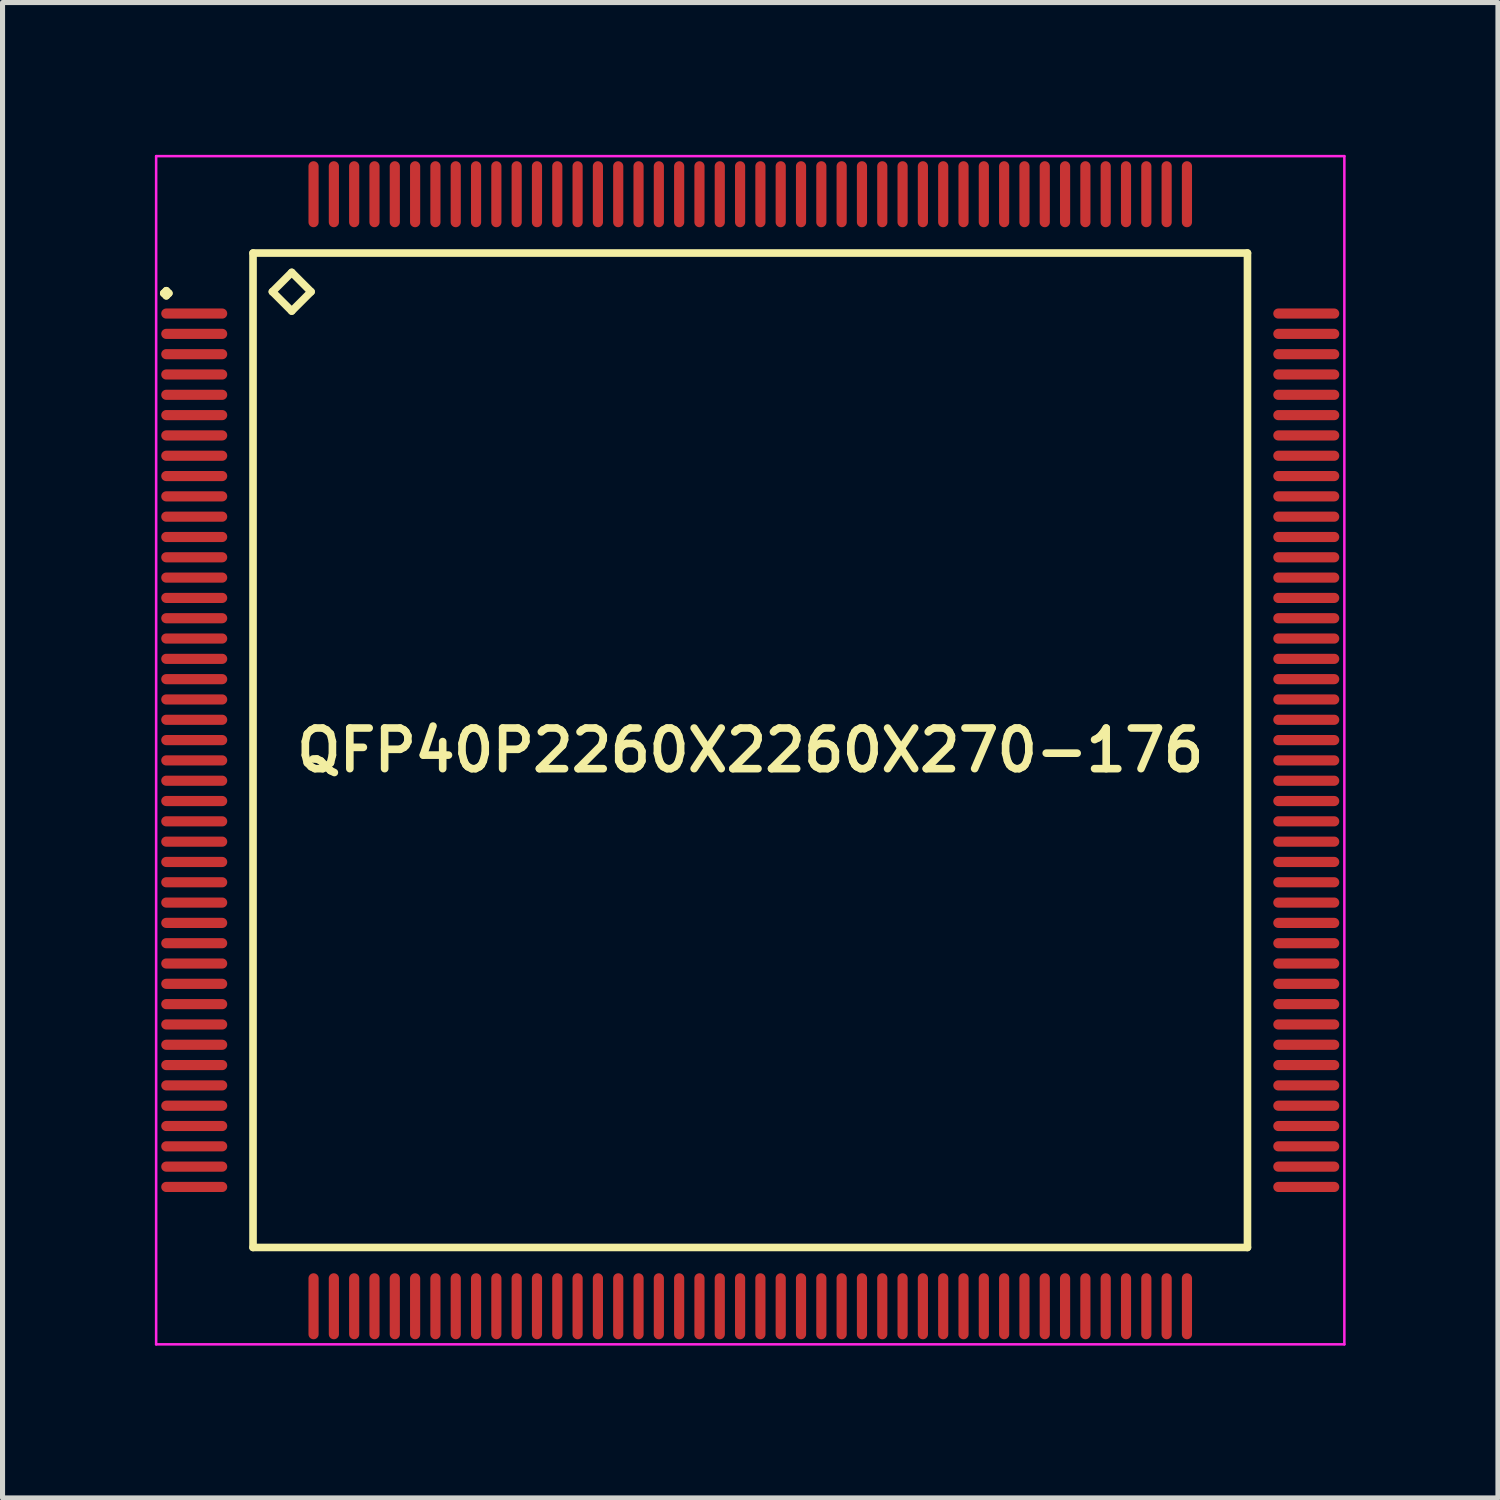
<source format=kicad_pcb>
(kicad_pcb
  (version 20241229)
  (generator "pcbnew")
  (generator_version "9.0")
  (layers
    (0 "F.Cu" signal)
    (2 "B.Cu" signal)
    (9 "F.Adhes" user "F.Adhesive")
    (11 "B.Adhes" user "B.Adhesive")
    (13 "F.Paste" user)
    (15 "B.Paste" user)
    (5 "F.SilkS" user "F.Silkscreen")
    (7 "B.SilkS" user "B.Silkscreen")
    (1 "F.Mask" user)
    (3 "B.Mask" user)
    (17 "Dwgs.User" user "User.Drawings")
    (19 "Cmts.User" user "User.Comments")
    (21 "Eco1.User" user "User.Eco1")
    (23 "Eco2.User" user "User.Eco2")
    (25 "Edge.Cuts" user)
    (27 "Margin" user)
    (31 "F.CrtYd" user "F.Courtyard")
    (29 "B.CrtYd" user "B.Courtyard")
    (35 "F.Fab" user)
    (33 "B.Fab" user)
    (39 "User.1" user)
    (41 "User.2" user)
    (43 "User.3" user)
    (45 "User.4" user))
  (footprint "QFP40P2260X2260X270-176"
    (layer "F.Cu")
    (at 11.725 11.725)
    (property "Reference" "QFP40P2260X2260X270-176" (at 0 0 0) (layer "F.SilkS") (effects (font (size 0.8 0.8) (thickness 0.15))))
    (attr smd)
    (fp_line (start -11.55 -9) (end -11.5 -9.05) (stroke (width 0.15) (type solid)) (layer "F.SilkS"))
    (fp_line (start -11.5 -9.05) (end -11.45 -9) (stroke (width 0.15) (type solid)) (layer "F.SilkS"))
    (fp_line (start -11.5 -8.95) (end -11.55 -9) (stroke (width 0.15) (type solid)) (layer "F.SilkS"))
    (fp_line (start -11.45 -9) (end -11.5 -8.95) (stroke (width 0.15) (type solid)) (layer "F.SilkS"))
    (fp_line (start -9.792 -9.792) (end -9.792 9.792) (stroke (width 0.15) (type solid)) (layer "F.SilkS"))
    (fp_line (start -9.792 9.792) (end 9.792 9.792) (stroke (width 0.15) (type solid)) (layer "F.SilkS"))
    (fp_line (start -9.411 -9.03) (end -9.03 -9.411) (stroke (width 0.15) (type solid)) (layer "F.SilkS"))
    (fp_line (start -9.03 -9.411) (end -8.649 -9.03) (stroke (width 0.15) (type solid)) (layer "F.SilkS"))
    (fp_line (start -9.03 -8.649) (end -9.411 -9.03) (stroke (width 0.15) (type solid)) (layer "F.SilkS"))
    (fp_line (start -8.649 -9.03) (end -9.03 -8.649) (stroke (width 0.15) (type solid)) (layer "F.SilkS"))
    (fp_line (start 9.792 -9.792) (end -9.792 -9.792) (stroke (width 0.15) (type solid)) (layer "F.SilkS"))
    (fp_line (start 9.792 9.792) (end 9.792 -9.792) (stroke (width 0.15) (type solid)) (layer "F.SilkS"))
    (fp_line (start -11.7 -11.7) (end 11.7 -11.7) (stroke (width 0.05) (type solid)) (layer "F.CrtYd"))
    (fp_line (start -11.7 11.7) (end -11.7 -11.7) (stroke (width 0.05) (type solid)) (layer "F.CrtYd"))
    (fp_line (start 11.7 -11.7) (end 11.7 11.7) (stroke (width 0.05) (type solid)) (layer "F.CrtYd"))
    (fp_line (start 11.7 11.7) (end -11.7 11.7) (stroke (width 0.05) (type solid)) (layer "F.CrtYd"))
    (pad "1" smd oval (at -10.95 -8.6) (size 1.3 0.2) (layers "F.Cu" "F.Mask" "F.Paste"))
    (pad "2" smd oval (at -10.95 -8.2) (size 1.3 0.2) (layers "F.Cu" "F.Mask" "F.Paste"))
    (pad "3" smd oval (at -10.95 -7.8) (size 1.3 0.2) (layers "F.Cu" "F.Mask" "F.Paste"))
    (pad "4" smd oval (at -10.95 -7.4) (size 1.3 0.2) (layers "F.Cu" "F.Mask" "F.Paste"))
    (pad "5" smd oval (at -10.95 -7) (size 1.3 0.2) (layers "F.Cu" "F.Mask" "F.Paste"))
    (pad "6" smd oval (at -10.95 -6.6) (size 1.3 0.2) (layers "F.Cu" "F.Mask" "F.Paste"))
    (pad "7" smd oval (at -10.95 -6.2) (size 1.3 0.2) (layers "F.Cu" "F.Mask" "F.Paste"))
    (pad "8" smd oval (at -10.95 -5.8) (size 1.3 0.2) (layers "F.Cu" "F.Mask" "F.Paste"))
    (pad "9" smd oval (at -10.95 -5.4) (size 1.3 0.2) (layers "F.Cu" "F.Mask" "F.Paste"))
    (pad "10" smd oval (at -10.95 -5) (size 1.3 0.2) (layers "F.Cu" "F.Mask" "F.Paste"))
    (pad "11" smd oval (at -10.95 -4.6) (size 1.3 0.2) (layers "F.Cu" "F.Mask" "F.Paste"))
    (pad "12" smd oval (at -10.95 -4.2) (size 1.3 0.2) (layers "F.Cu" "F.Mask" "F.Paste"))
    (pad "13" smd oval (at -10.95 -3.8) (size 1.3 0.2) (layers "F.Cu" "F.Mask" "F.Paste"))
    (pad "14" smd oval (at -10.95 -3.4) (size 1.3 0.2) (layers "F.Cu" "F.Mask" "F.Paste"))
    (pad "15" smd oval (at -10.95 -3) (size 1.3 0.2) (layers "F.Cu" "F.Mask" "F.Paste"))
    (pad "16" smd oval (at -10.95 -2.6) (size 1.3 0.2) (layers "F.Cu" "F.Mask" "F.Paste"))
    (pad "17" smd oval (at -10.95 -2.2) (size 1.3 0.2) (layers "F.Cu" "F.Mask" "F.Paste"))
    (pad "18" smd oval (at -10.95 -1.8) (size 1.3 0.2) (layers "F.Cu" "F.Mask" "F.Paste"))
    (pad "19" smd oval (at -10.95 -1.4) (size 1.3 0.2) (layers "F.Cu" "F.Mask" "F.Paste"))
    (pad "20" smd oval (at -10.95 -1) (size 1.3 0.2) (layers "F.Cu" "F.Mask" "F.Paste"))
    (pad "21" smd oval (at -10.95 -0.6) (size 1.3 0.2) (layers "F.Cu" "F.Mask" "F.Paste"))
    (pad "22" smd oval (at -10.95 -0.2) (size 1.3 0.2) (layers "F.Cu" "F.Mask" "F.Paste"))
    (pad "23" smd oval (at -10.95 0.2) (size 1.3 0.2) (layers "F.Cu" "F.Mask" "F.Paste"))
    (pad "24" smd oval (at -10.95 0.6) (size 1.3 0.2) (layers "F.Cu" "F.Mask" "F.Paste"))
    (pad "25" smd oval (at -10.95 1) (size 1.3 0.2) (layers "F.Cu" "F.Mask" "F.Paste"))
    (pad "26" smd oval (at -10.95 1.4) (size 1.3 0.2) (layers "F.Cu" "F.Mask" "F.Paste"))
    (pad "27" smd oval (at -10.95 1.8) (size 1.3 0.2) (layers "F.Cu" "F.Mask" "F.Paste"))
    (pad "28" smd oval (at -10.95 2.2) (size 1.3 0.2) (layers "F.Cu" "F.Mask" "F.Paste"))
    (pad "29" smd oval (at -10.95 2.6) (size 1.3 0.2) (layers "F.Cu" "F.Mask" "F.Paste"))
    (pad "30" smd oval (at -10.95 3) (size 1.3 0.2) (layers "F.Cu" "F.Mask" "F.Paste"))
    (pad "31" smd oval (at -10.95 3.4) (size 1.3 0.2) (layers "F.Cu" "F.Mask" "F.Paste"))
    (pad "32" smd oval (at -10.95 3.8) (size 1.3 0.2) (layers "F.Cu" "F.Mask" "F.Paste"))
    (pad "33" smd oval (at -10.95 4.2) (size 1.3 0.2) (layers "F.Cu" "F.Mask" "F.Paste"))
    (pad "34" smd oval (at -10.95 4.6) (size 1.3 0.2) (layers "F.Cu" "F.Mask" "F.Paste"))
    (pad "35" smd oval (at -10.95 5) (size 1.3 0.2) (layers "F.Cu" "F.Mask" "F.Paste"))
    (pad "36" smd oval (at -10.95 5.4) (size 1.3 0.2) (layers "F.Cu" "F.Mask" "F.Paste"))
    (pad "37" smd oval (at -10.95 5.8) (size 1.3 0.2) (layers "F.Cu" "F.Mask" "F.Paste"))
    (pad "38" smd oval (at -10.95 6.2) (size 1.3 0.2) (layers "F.Cu" "F.Mask" "F.Paste"))
    (pad "39" smd oval (at -10.95 6.6) (size 1.3 0.2) (layers "F.Cu" "F.Mask" "F.Paste"))
    (pad "40" smd oval (at -10.95 7) (size 1.3 0.2) (layers "F.Cu" "F.Mask" "F.Paste"))
    (pad "41" smd oval (at -10.95 7.4) (size 1.3 0.2) (layers "F.Cu" "F.Mask" "F.Paste"))
    (pad "42" smd oval (at -10.95 7.8) (size 1.3 0.2) (layers "F.Cu" "F.Mask" "F.Paste"))
    (pad "43" smd oval (at -10.95 8.2) (size 1.3 0.2) (layers "F.Cu" "F.Mask" "F.Paste"))
    (pad "44" smd oval (at -10.95 8.6) (size 1.3 0.2) (layers "F.Cu" "F.Mask" "F.Paste"))
    (pad "45" smd oval (at -8.6 10.95) (size 0.2 1.3) (layers "F.Cu" "F.Mask" "F.Paste"))
    (pad "46" smd oval (at -8.2 10.95) (size 0.2 1.3) (layers "F.Cu" "F.Mask" "F.Paste"))
    (pad "47" smd oval (at -7.8 10.95) (size 0.2 1.3) (layers "F.Cu" "F.Mask" "F.Paste"))
    (pad "48" smd oval (at -7.4 10.95) (size 0.2 1.3) (layers "F.Cu" "F.Mask" "F.Paste"))
    (pad "49" smd oval (at -7 10.95) (size 0.2 1.3) (layers "F.Cu" "F.Mask" "F.Paste"))
    (pad "50" smd oval (at -6.6 10.95) (size 0.2 1.3) (layers "F.Cu" "F.Mask" "F.Paste"))
    (pad "51" smd oval (at -6.2 10.95) (size 0.2 1.3) (layers "F.Cu" "F.Mask" "F.Paste"))
    (pad "52" smd oval (at -5.8 10.95) (size 0.2 1.3) (layers "F.Cu" "F.Mask" "F.Paste"))
    (pad "53" smd oval (at -5.4 10.95) (size 0.2 1.3) (layers "F.Cu" "F.Mask" "F.Paste"))
    (pad "54" smd oval (at -5 10.95) (size 0.2 1.3) (layers "F.Cu" "F.Mask" "F.Paste"))
    (pad "55" smd oval (at -4.6 10.95) (size 0.2 1.3) (layers "F.Cu" "F.Mask" "F.Paste"))
    (pad "56" smd oval (at -4.2 10.95) (size 0.2 1.3) (layers "F.Cu" "F.Mask" "F.Paste"))
    (pad "57" smd oval (at -3.8 10.95) (size 0.2 1.3) (layers "F.Cu" "F.Mask" "F.Paste"))
    (pad "58" smd oval (at -3.4 10.95) (size 0.2 1.3) (layers "F.Cu" "F.Mask" "F.Paste"))
    (pad "59" smd oval (at -3 10.95) (size 0.2 1.3) (layers "F.Cu" "F.Mask" "F.Paste"))
    (pad "60" smd oval (at -2.6 10.95) (size 0.2 1.3) (layers "F.Cu" "F.Mask" "F.Paste"))
    (pad "61" smd oval (at -2.2 10.95) (size 0.2 1.3) (layers "F.Cu" "F.Mask" "F.Paste"))
    (pad "62" smd oval (at -1.8 10.95) (size 0.2 1.3) (layers "F.Cu" "F.Mask" "F.Paste"))
    (pad "63" smd oval (at -1.4 10.95) (size 0.2 1.3) (layers "F.Cu" "F.Mask" "F.Paste"))
    (pad "64" smd oval (at -1 10.95) (size 0.2 1.3) (layers "F.Cu" "F.Mask" "F.Paste"))
    (pad "65" smd oval (at -0.6 10.95) (size 0.2 1.3) (layers "F.Cu" "F.Mask" "F.Paste"))
    (pad "66" smd oval (at -0.2 10.95) (size 0.2 1.3) (layers "F.Cu" "F.Mask" "F.Paste"))
    (pad "67" smd oval (at 0.2 10.95) (size 0.2 1.3) (layers "F.Cu" "F.Mask" "F.Paste"))
    (pad "68" smd oval (at 0.6 10.95) (size 0.2 1.3) (layers "F.Cu" "F.Mask" "F.Paste"))
    (pad "69" smd oval (at 1 10.95) (size 0.2 1.3) (layers "F.Cu" "F.Mask" "F.Paste"))
    (pad "70" smd oval (at 1.4 10.95) (size 0.2 1.3) (layers "F.Cu" "F.Mask" "F.Paste"))
    (pad "71" smd oval (at 1.8 10.95) (size 0.2 1.3) (layers "F.Cu" "F.Mask" "F.Paste"))
    (pad "72" smd oval (at 2.2 10.95) (size 0.2 1.3) (layers "F.Cu" "F.Mask" "F.Paste"))
    (pad "73" smd oval (at 2.6 10.95) (size 0.2 1.3) (layers "F.Cu" "F.Mask" "F.Paste"))
    (pad "74" smd oval (at 3 10.95) (size 0.2 1.3) (layers "F.Cu" "F.Mask" "F.Paste"))
    (pad "75" smd oval (at 3.4 10.95) (size 0.2 1.3) (layers "F.Cu" "F.Mask" "F.Paste"))
    (pad "76" smd oval (at 3.8 10.95) (size 0.2 1.3) (layers "F.Cu" "F.Mask" "F.Paste"))
    (pad "77" smd oval (at 4.2 10.95) (size 0.2 1.3) (layers "F.Cu" "F.Mask" "F.Paste"))
    (pad "78" smd oval (at 4.6 10.95) (size 0.2 1.3) (layers "F.Cu" "F.Mask" "F.Paste"))
    (pad "79" smd oval (at 5 10.95) (size 0.2 1.3) (layers "F.Cu" "F.Mask" "F.Paste"))
    (pad "80" smd oval (at 5.4 10.95) (size 0.2 1.3) (layers "F.Cu" "F.Mask" "F.Paste"))
    (pad "81" smd oval (at 5.8 10.95) (size 0.2 1.3) (layers "F.Cu" "F.Mask" "F.Paste"))
    (pad "82" smd oval (at 6.2 10.95) (size 0.2 1.3) (layers "F.Cu" "F.Mask" "F.Paste"))
    (pad "83" smd oval (at 6.6 10.95) (size 0.2 1.3) (layers "F.Cu" "F.Mask" "F.Paste"))
    (pad "84" smd oval (at 7 10.95) (size 0.2 1.3) (layers "F.Cu" "F.Mask" "F.Paste"))
    (pad "85" smd oval (at 7.4 10.95) (size 0.2 1.3) (layers "F.Cu" "F.Mask" "F.Paste"))
    (pad "86" smd oval (at 7.8 10.95) (size 0.2 1.3) (layers "F.Cu" "F.Mask" "F.Paste"))
    (pad "87" smd oval (at 8.2 10.95) (size 0.2 1.3) (layers "F.Cu" "F.Mask" "F.Paste"))
    (pad "88" smd oval (at 8.6 10.95) (size 0.2 1.3) (layers "F.Cu" "F.Mask" "F.Paste"))
    (pad "89" smd oval (at 10.95 8.6) (size 1.3 0.2) (layers "F.Cu" "F.Mask" "F.Paste"))
    (pad "90" smd oval (at 10.95 8.2) (size 1.3 0.2) (layers "F.Cu" "F.Mask" "F.Paste"))
    (pad "91" smd oval (at 10.95 7.8) (size 1.3 0.2) (layers "F.Cu" "F.Mask" "F.Paste"))
    (pad "92" smd oval (at 10.95 7.4) (size 1.3 0.2) (layers "F.Cu" "F.Mask" "F.Paste"))
    (pad "93" smd oval (at 10.95 7) (size 1.3 0.2) (layers "F.Cu" "F.Mask" "F.Paste"))
    (pad "94" smd oval (at 10.95 6.6) (size 1.3 0.2) (layers "F.Cu" "F.Mask" "F.Paste"))
    (pad "95" smd oval (at 10.95 6.2) (size 1.3 0.2) (layers "F.Cu" "F.Mask" "F.Paste"))
    (pad "96" smd oval (at 10.95 5.8) (size 1.3 0.2) (layers "F.Cu" "F.Mask" "F.Paste"))
    (pad "97" smd oval (at 10.95 5.4) (size 1.3 0.2) (layers "F.Cu" "F.Mask" "F.Paste"))
    (pad "98" smd oval (at 10.95 5) (size 1.3 0.2) (layers "F.Cu" "F.Mask" "F.Paste"))
    (pad "99" smd oval (at 10.95 4.6) (size 1.3 0.2) (layers "F.Cu" "F.Mask" "F.Paste"))
    (pad "100" smd oval (at 10.95 4.2) (size 1.3 0.2) (layers "F.Cu" "F.Mask" "F.Paste"))
    (pad "101" smd oval (at 10.95 3.8) (size 1.3 0.2) (layers "F.Cu" "F.Mask" "F.Paste"))
    (pad "102" smd oval (at 10.95 3.4) (size 1.3 0.2) (layers "F.Cu" "F.Mask" "F.Paste"))
    (pad "103" smd oval (at 10.95 3) (size 1.3 0.2) (layers "F.Cu" "F.Mask" "F.Paste"))
    (pad "104" smd oval (at 10.95 2.6) (size 1.3 0.2) (layers "F.Cu" "F.Mask" "F.Paste"))
    (pad "105" smd oval (at 10.95 2.2) (size 1.3 0.2) (layers "F.Cu" "F.Mask" "F.Paste"))
    (pad "106" smd oval (at 10.95 1.8) (size 1.3 0.2) (layers "F.Cu" "F.Mask" "F.Paste"))
    (pad "107" smd oval (at 10.95 1.4) (size 1.3 0.2) (layers "F.Cu" "F.Mask" "F.Paste"))
    (pad "108" smd oval (at 10.95 1) (size 1.3 0.2) (layers "F.Cu" "F.Mask" "F.Paste"))
    (pad "109" smd oval (at 10.95 0.6) (size 1.3 0.2) (layers "F.Cu" "F.Mask" "F.Paste"))
    (pad "110" smd oval (at 10.95 0.2) (size 1.3 0.2) (layers "F.Cu" "F.Mask" "F.Paste"))
    (pad "111" smd oval (at 10.95 -0.2) (size 1.3 0.2) (layers "F.Cu" "F.Mask" "F.Paste"))
    (pad "112" smd oval (at 10.95 -0.6) (size 1.3 0.2) (layers "F.Cu" "F.Mask" "F.Paste"))
    (pad "113" smd oval (at 10.95 -1) (size 1.3 0.2) (layers "F.Cu" "F.Mask" "F.Paste"))
    (pad "114" smd oval (at 10.95 -1.4) (size 1.3 0.2) (layers "F.Cu" "F.Mask" "F.Paste"))
    (pad "115" smd oval (at 10.95 -1.8) (size 1.3 0.2) (layers "F.Cu" "F.Mask" "F.Paste"))
    (pad "116" smd oval (at 10.95 -2.2) (size 1.3 0.2) (layers "F.Cu" "F.Mask" "F.Paste"))
    (pad "117" smd oval (at 10.95 -2.6) (size 1.3 0.2) (layers "F.Cu" "F.Mask" "F.Paste"))
    (pad "118" smd oval (at 10.95 -3) (size 1.3 0.2) (layers "F.Cu" "F.Mask" "F.Paste"))
    (pad "119" smd oval (at 10.95 -3.4) (size 1.3 0.2) (layers "F.Cu" "F.Mask" "F.Paste"))
    (pad "120" smd oval (at 10.95 -3.8) (size 1.3 0.2) (layers "F.Cu" "F.Mask" "F.Paste"))
    (pad "121" smd oval (at 10.95 -4.2) (size 1.3 0.2) (layers "F.Cu" "F.Mask" "F.Paste"))
    (pad "122" smd oval (at 10.95 -4.6) (size 1.3 0.2) (layers "F.Cu" "F.Mask" "F.Paste"))
    (pad "123" smd oval (at 10.95 -5) (size 1.3 0.2) (layers "F.Cu" "F.Mask" "F.Paste"))
    (pad "124" smd oval (at 10.95 -5.4) (size 1.3 0.2) (layers "F.Cu" "F.Mask" "F.Paste"))
    (pad "125" smd oval (at 10.95 -5.8) (size 1.3 0.2) (layers "F.Cu" "F.Mask" "F.Paste"))
    (pad "126" smd oval (at 10.95 -6.2) (size 1.3 0.2) (layers "F.Cu" "F.Mask" "F.Paste"))
    (pad "127" smd oval (at 10.95 -6.6) (size 1.3 0.2) (layers "F.Cu" "F.Mask" "F.Paste"))
    (pad "128" smd oval (at 10.95 -7) (size 1.3 0.2) (layers "F.Cu" "F.Mask" "F.Paste"))
    (pad "129" smd oval (at 10.95 -7.4) (size 1.3 0.2) (layers "F.Cu" "F.Mask" "F.Paste"))
    (pad "130" smd oval (at 10.95 -7.8) (size 1.3 0.2) (layers "F.Cu" "F.Mask" "F.Paste"))
    (pad "131" smd oval (at 10.95 -8.2) (size 1.3 0.2) (layers "F.Cu" "F.Mask" "F.Paste"))
    (pad "132" smd oval (at 10.95 -8.6) (size 1.3 0.2) (layers "F.Cu" "F.Mask" "F.Paste"))
    (pad "133" smd oval (at 8.6 -10.95) (size 0.2 1.3) (layers "F.Cu" "F.Mask" "F.Paste"))
    (pad "134" smd oval (at 8.2 -10.95) (size 0.2 1.3) (layers "F.Cu" "F.Mask" "F.Paste"))
    (pad "135" smd oval (at 7.8 -10.95) (size 0.2 1.3) (layers "F.Cu" "F.Mask" "F.Paste"))
    (pad "136" smd oval (at 7.4 -10.95) (size 0.2 1.3) (layers "F.Cu" "F.Mask" "F.Paste"))
    (pad "137" smd oval (at 7 -10.95) (size 0.2 1.3) (layers "F.Cu" "F.Mask" "F.Paste"))
    (pad "138" smd oval (at 6.6 -10.95) (size 0.2 1.3) (layers "F.Cu" "F.Mask" "F.Paste"))
    (pad "139" smd oval (at 6.2 -10.95) (size 0.2 1.3) (layers "F.Cu" "F.Mask" "F.Paste"))
    (pad "140" smd oval (at 5.8 -10.95) (size 0.2 1.3) (layers "F.Cu" "F.Mask" "F.Paste"))
    (pad "141" smd oval (at 5.4 -10.95) (size 0.2 1.3) (layers "F.Cu" "F.Mask" "F.Paste"))
    (pad "142" smd oval (at 5 -10.95) (size 0.2 1.3) (layers "F.Cu" "F.Mask" "F.Paste"))
    (pad "143" smd oval (at 4.6 -10.95) (size 0.2 1.3) (layers "F.Cu" "F.Mask" "F.Paste"))
    (pad "144" smd oval (at 4.2 -10.95) (size 0.2 1.3) (layers "F.Cu" "F.Mask" "F.Paste"))
    (pad "145" smd oval (at 3.8 -10.95) (size 0.2 1.3) (layers "F.Cu" "F.Mask" "F.Paste"))
    (pad "146" smd oval (at 3.4 -10.95) (size 0.2 1.3) (layers "F.Cu" "F.Mask" "F.Paste"))
    (pad "147" smd oval (at 3 -10.95) (size 0.2 1.3) (layers "F.Cu" "F.Mask" "F.Paste"))
    (pad "148" smd oval (at 2.6 -10.95) (size 0.2 1.3) (layers "F.Cu" "F.Mask" "F.Paste"))
    (pad "149" smd oval (at 2.2 -10.95) (size 0.2 1.3) (layers "F.Cu" "F.Mask" "F.Paste"))
    (pad "150" smd oval (at 1.8 -10.95) (size 0.2 1.3) (layers "F.Cu" "F.Mask" "F.Paste"))
    (pad "151" smd oval (at 1.4 -10.95) (size 0.2 1.3) (layers "F.Cu" "F.Mask" "F.Paste"))
    (pad "152" smd oval (at 1 -10.95) (size 0.2 1.3) (layers "F.Cu" "F.Mask" "F.Paste"))
    (pad "153" smd oval (at 0.6 -10.95) (size 0.2 1.3) (layers "F.Cu" "F.Mask" "F.Paste"))
    (pad "154" smd oval (at 0.2 -10.95) (size 0.2 1.3) (layers "F.Cu" "F.Mask" "F.Paste"))
    (pad "155" smd oval (at -0.2 -10.95) (size 0.2 1.3) (layers "F.Cu" "F.Mask" "F.Paste"))
    (pad "156" smd oval (at -0.6 -10.95) (size 0.2 1.3) (layers "F.Cu" "F.Mask" "F.Paste"))
    (pad "157" smd oval (at -1 -10.95) (size 0.2 1.3) (layers "F.Cu" "F.Mask" "F.Paste"))
    (pad "158" smd oval (at -1.4 -10.95) (size 0.2 1.3) (layers "F.Cu" "F.Mask" "F.Paste"))
    (pad "159" smd oval (at -1.8 -10.95) (size 0.2 1.3) (layers "F.Cu" "F.Mask" "F.Paste"))
    (pad "160" smd oval (at -2.2 -10.95) (size 0.2 1.3) (layers "F.Cu" "F.Mask" "F.Paste"))
    (pad "161" smd oval (at -2.6 -10.95) (size 0.2 1.3) (layers "F.Cu" "F.Mask" "F.Paste"))
    (pad "162" smd oval (at -3 -10.95) (size 0.2 1.3) (layers "F.Cu" "F.Mask" "F.Paste"))
    (pad "163" smd oval (at -3.4 -10.95) (size 0.2 1.3) (layers "F.Cu" "F.Mask" "F.Paste"))
    (pad "164" smd oval (at -3.8 -10.95) (size 0.2 1.3) (layers "F.Cu" "F.Mask" "F.Paste"))
    (pad "165" smd oval (at -4.2 -10.95) (size 0.2 1.3) (layers "F.Cu" "F.Mask" "F.Paste"))
    (pad "166" smd oval (at -4.6 -10.95) (size 0.2 1.3) (layers "F.Cu" "F.Mask" "F.Paste"))
    (pad "167" smd oval (at -5 -10.95) (size 0.2 1.3) (layers "F.Cu" "F.Mask" "F.Paste"))
    (pad "168" smd oval (at -5.4 -10.95) (size 0.2 1.3) (layers "F.Cu" "F.Mask" "F.Paste"))
    (pad "169" smd oval (at -5.8 -10.95) (size 0.2 1.3) (layers "F.Cu" "F.Mask" "F.Paste"))
    (pad "170" smd oval (at -6.2 -10.95) (size 0.2 1.3) (layers "F.Cu" "F.Mask" "F.Paste"))
    (pad "171" smd oval (at -6.6 -10.95) (size 0.2 1.3) (layers "F.Cu" "F.Mask" "F.Paste"))
    (pad "172" smd oval (at -7 -10.95) (size 0.2 1.3) (layers "F.Cu" "F.Mask" "F.Paste"))
    (pad "173" smd oval (at -7.4 -10.95) (size 0.2 1.3) (layers "F.Cu" "F.Mask" "F.Paste"))
    (pad "174" smd oval (at -7.8 -10.95) (size 0.2 1.3) (layers "F.Cu" "F.Mask" "F.Paste"))
    (pad "175" smd oval (at -8.2 -10.95) (size 0.2 1.3) (layers "F.Cu" "F.Mask" "F.Paste"))
    (pad "176" smd oval (at -8.6 -10.95) (size 0.2 1.3) (layers "F.Cu" "F.Mask" "F.Paste")))
  (gr_rect
    (start -3 -3)
    (end 26.45 26.45)
    (stroke (width 0.1) (type default))
    (fill no)
    (layer "Edge.Cuts")))
</source>
